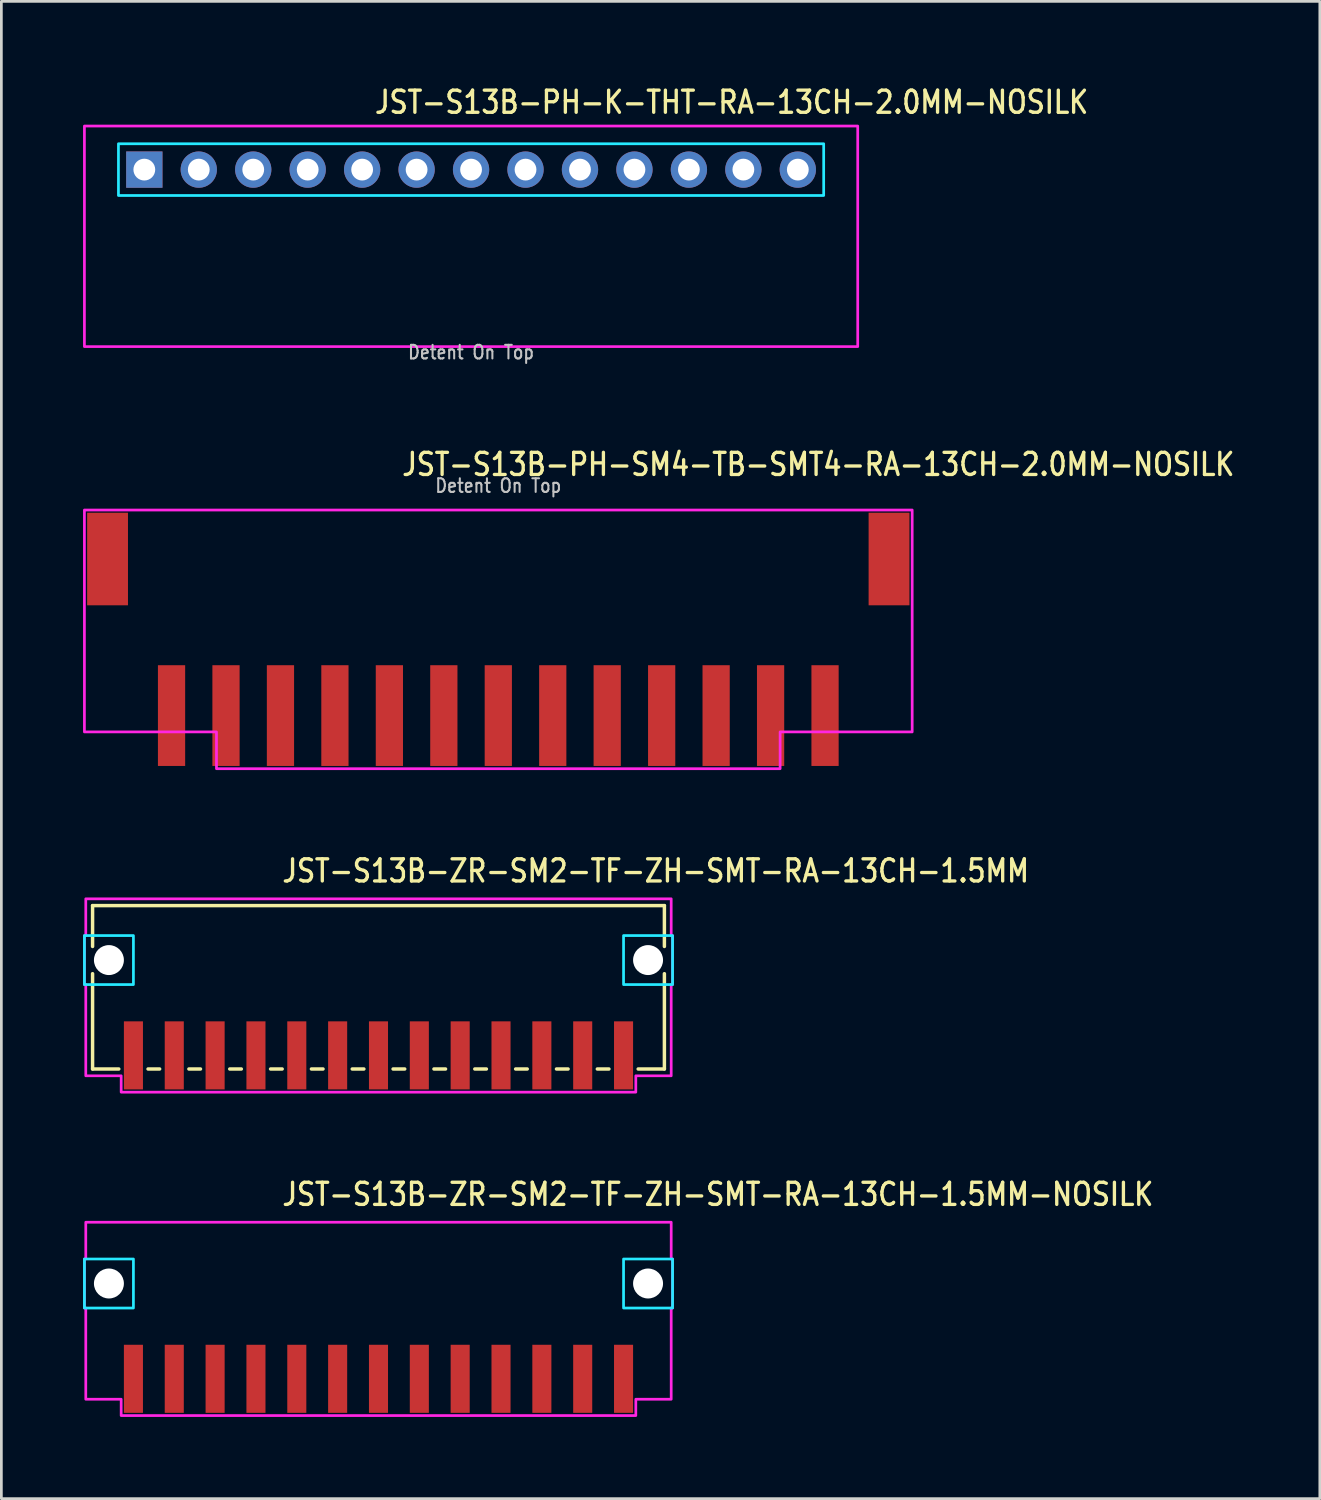
<source format=kicad_pcb>
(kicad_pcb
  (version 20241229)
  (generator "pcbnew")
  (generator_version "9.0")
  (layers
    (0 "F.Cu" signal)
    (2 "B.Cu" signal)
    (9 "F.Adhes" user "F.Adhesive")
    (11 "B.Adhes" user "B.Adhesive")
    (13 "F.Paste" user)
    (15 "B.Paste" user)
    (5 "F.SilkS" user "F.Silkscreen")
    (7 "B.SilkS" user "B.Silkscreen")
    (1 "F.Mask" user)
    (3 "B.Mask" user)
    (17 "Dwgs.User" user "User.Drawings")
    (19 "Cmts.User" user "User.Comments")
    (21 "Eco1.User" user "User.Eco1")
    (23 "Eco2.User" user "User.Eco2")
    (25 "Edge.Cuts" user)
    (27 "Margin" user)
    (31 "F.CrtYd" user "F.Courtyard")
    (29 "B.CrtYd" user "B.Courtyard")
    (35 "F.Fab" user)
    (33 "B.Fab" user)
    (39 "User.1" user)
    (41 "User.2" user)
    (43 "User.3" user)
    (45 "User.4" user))
  (footprint "JST-S13B-ZR-SM2-TF-ZH-SMT-RA-13CH-1.5MM"
    (layer "F.Cu")
    (at 10.85 32.209)
    (property "Reference" "JST-S13B-ZR-SM2-TF-ZH-SMT-RA-13CH-1.5MM" (at -3.6 -2.8 0) (unlocked yes) (layer "F.SilkS") (effects (font (size 0.813 0.695) (thickness 0.122)) (justify left bottom)))
    (fp_line (start -10.5 -2) (end -10.5 -0.5) (stroke (width 0.127) (type solid)) (layer "F.SilkS"))
    (fp_line (start -10.5 -2) (end 10.5 -2) (stroke (width 0.127) (type solid)) (layer "F.SilkS"))
    (fp_line (start -10.5 4) (end -10.5 0.5) (stroke (width 0.127) (type solid)) (layer "F.SilkS"))
    (fp_line (start -10.5 4) (end -9.537 4) (stroke (width 0.127) (type solid)) (layer "F.SilkS"))
    (fp_line (start -8.463 4) (end -8.037 4) (stroke (width 0.127) (type solid)) (layer "F.SilkS"))
    (fp_line (start -6.963 4) (end -6.537 4) (stroke (width 0.127) (type solid)) (layer "F.SilkS"))
    (fp_line (start -5.463 4) (end -5.037 4) (stroke (width 0.127) (type solid)) (layer "F.SilkS"))
    (fp_line (start -3.963 4) (end -3.537 4) (stroke (width 0.127) (type solid)) (layer "F.SilkS"))
    (fp_line (start -2.463 4) (end -2.037 4) (stroke (width 0.127) (type solid)) (layer "F.SilkS"))
    (fp_line (start -0.964 4) (end -0.536 4) (stroke (width 0.127) (type solid)) (layer "F.SilkS"))
    (fp_line (start 0.536 4) (end 0.964 4) (stroke (width 0.127) (type solid)) (layer "F.SilkS"))
    (fp_line (start 2.037 4) (end 2.463 4) (stroke (width 0.127) (type solid)) (layer "F.SilkS"))
    (fp_line (start 3.537 4) (end 3.963 4) (stroke (width 0.127) (type solid)) (layer "F.SilkS"))
    (fp_line (start 5.037 4) (end 5.463 4) (stroke (width 0.127) (type solid)) (layer "F.SilkS"))
    (fp_line (start 6.537 4) (end 6.963 4) (stroke (width 0.127) (type solid)) (layer "F.SilkS"))
    (fp_line (start 8.037 4) (end 8.463 4) (stroke (width 0.127) (type solid)) (layer "F.SilkS"))
    (fp_line (start 9.537 4) (end 10.5 4) (stroke (width 0.127) (type solid)) (layer "F.SilkS"))
    (fp_line (start 10.5 -0.5) (end 10.5 -2) (stroke (width 0.127) (type solid)) (layer "F.SilkS"))
    (fp_line (start 10.5 0.5) (end 10.5 4) (stroke (width 0.127) (type solid)) (layer "F.SilkS"))
    (fp_poly (pts (xy -10.8 -0.9) (xy -10.8 0.9) (xy -9 0.9) (xy -9 -0.9)) (stroke (width 0.1) (type solid)) (fill no) (layer "B.CrtYd"))
    (fp_poly (pts (xy 10.8 -0.9) (xy 10.8 0.9) (xy 9 0.9) (xy 9 -0.9)) (stroke (width 0.1) (type solid)) (fill no) (layer "B.CrtYd"))
    (fp_poly (pts (xy -10.75 -2.25) (xy -10.75 -0.9) (xy -10.8 -0.9) (xy -10.8 0.9) (xy -10.75 0.9) (xy -10.75 4.25) (xy -9.45 4.25) (xy -9.45 4.85) (xy 9.45 4.85) (xy 9.45 4.25) (xy 10.75 4.25) (xy 10.75 0.9) (xy 10.8 0.9) (xy 10.8 -0.9) (xy 10.75 -0.9) (xy 10.75 -2.25)) (stroke (width 0.1) (type solid)) (fill no) (layer "F.CrtYd"))
    (pad "" np_thru_hole circle (at -9.9 0) (size 1.1 1.1) (drill 1.1) (layers "*.Cu" "*.Mask"))
    (pad "" np_thru_hole circle (at 9.9 0) (size 1.1 1.1) (drill 1.1) (layers "*.Cu" "*.Mask"))
    (pad "P$1" smd rect (at 9 3.5) (size 0.7 2.5) (layers "F.Cu" "F.Mask" "F.Paste"))
    (pad "P$2" smd rect (at 7.5 3.5) (size 0.7 2.5) (layers "F.Cu" "F.Mask" "F.Paste"))
    (pad "P$3" smd rect (at 6 3.5) (size 0.7 2.5) (layers "F.Cu" "F.Mask" "F.Paste"))
    (pad "P$4" smd rect (at 4.5 3.5) (size 0.7 2.5) (layers "F.Cu" "F.Mask" "F.Paste"))
    (pad "P$5" smd rect (at 3 3.5) (size 0.7 2.5) (layers "F.Cu" "F.Mask" "F.Paste"))
    (pad "P$6" smd rect (at 1.5 3.5) (size 0.7 2.5) (layers "F.Cu" "F.Mask" "F.Paste"))
    (pad "P$7" smd rect (at 0 3.5) (size 0.7 2.5) (layers "F.Cu" "F.Mask" "F.Paste"))
    (pad "P$8" smd rect (at -1.5 3.5) (size 0.7 2.5) (layers "F.Cu" "F.Mask" "F.Paste"))
    (pad "P$9" smd rect (at -3 3.5) (size 0.7 2.5) (layers "F.Cu" "F.Mask" "F.Paste"))
    (pad "P$10" smd rect (at -4.5 3.5) (size 0.7 2.5) (layers "F.Cu" "F.Mask" "F.Paste"))
    (pad "P$11" smd rect (at -6 3.5) (size 0.7 2.5) (layers "F.Cu" "F.Mask" "F.Paste"))
    (pad "P$12" smd rect (at -7.5 3.5) (size 0.7 2.5) (layers "F.Cu" "F.Mask" "F.Paste"))
    (pad "P$13" smd rect (at -9 3.5) (size 0.7 2.5) (layers "F.Cu" "F.Mask" "F.Paste")))
  (footprint "JST-S13B-PH-SM4-TB-SMT4-RA-13CH-2.0MM-NOSILK"
    (layer "F.Cu")
    (at 15.25 17.48)
    (property "Reference" "JST-S13B-PH-SM4-TB-SMT4-RA-13CH-2.0MM-NOSILK" (at -3.6 -3 0) (unlocked yes) (layer "F.SilkS") (effects (font (size 0.813 0.695) (thickness 0.122)) (justify left bottom)))
    (fp_poly (pts (xy -15.2 -1.8) (xy -15.2 6.35) (xy -10.35 6.35) (xy -10.35 7.7) (xy 10.35 7.7) (xy 10.35 6.35) (xy 15.2 6.35) (xy 15.2 -1.8)) (stroke (width 0.1) (type solid)) (fill no) (layer "F.CrtYd"))
    (fp_text user "Detent On Top" (at 0 -2.4 0) (unlocked yes) (layer "Dwgs.User") (effects (font (size 0.5 0.427) (thickness 0.075)) (justify bottom)))
    (pad "P$1" smd rect (at 12 5.75) (size 1 3.7) (layers "F.Cu" "F.Mask" "F.Paste"))
    (pad "P$2" smd rect (at 10 5.75) (size 1 3.7) (layers "F.Cu" "F.Mask" "F.Paste"))
    (pad "P$3" smd rect (at 8 5.75) (size 1 3.7) (layers "F.Cu" "F.Mask" "F.Paste"))
    (pad "P$4" smd rect (at 6 5.75) (size 1 3.7) (layers "F.Cu" "F.Mask" "F.Paste"))
    (pad "P$5" smd rect (at 4 5.75) (size 1 3.7) (layers "F.Cu" "F.Mask" "F.Paste"))
    (pad "P$6" smd rect (at 2 5.75) (size 1 3.7) (layers "F.Cu" "F.Mask" "F.Paste"))
    (pad "P$7" smd rect (at 0 5.75) (size 1 3.7) (layers "F.Cu" "F.Mask" "F.Paste"))
    (pad "P$8" smd rect (at -2 5.75) (size 1 3.7) (layers "F.Cu" "F.Mask" "F.Paste"))
    (pad "P$9" smd rect (at -4 5.75) (size 1 3.7) (layers "F.Cu" "F.Mask" "F.Paste"))
    (pad "P$10" smd rect (at -6 5.75) (size 1 3.7) (layers "F.Cu" "F.Mask" "F.Paste"))
    (pad "P$11" smd rect (at -8 5.75) (size 1 3.7) (layers "F.Cu" "F.Mask" "F.Paste"))
    (pad "P$12" smd rect (at -10 5.75) (size 1 3.7) (layers "F.Cu" "F.Mask" "F.Paste"))
    (pad "P$13" smd rect (at -12 5.75) (size 1 3.7) (layers "F.Cu" "F.Mask" "F.Paste"))
    (pad "S$1" smd rect (at -14.35 0) (size 1.5 3.4) (layers "F.Cu" "F.Mask" "F.Paste"))
    (pad "S$2" smd rect (at 14.35 0) (size 1.5 3.4) (layers "F.Cu" "F.Mask" "F.Paste")))
  (footprint "JST-S13B-PH-K-THT-RA-13CH-2.0MM-NOSILK"
    (layer "F.Cu")
    (at 14.25 3.179)
    (property "Reference" "JST-S13B-PH-K-THT-RA-13CH-2.0MM-NOSILK" (at -3.6 -2 0) (unlocked yes) (layer "F.SilkS") (effects (font (size 0.813 0.695) (thickness 0.122)) (justify left bottom)))
    (fp_poly (pts (xy -12.95 -0.95) (xy -12.95 0.95) (xy 12.95 0.95) (xy 12.95 -0.95)) (stroke (width 0.1) (type solid)) (fill no) (layer "B.CrtYd"))
    (fp_poly (pts (xy -14.2 -1.6) (xy -14.2 6.5) (xy 14.2 6.5) (xy 14.2 -1.6)) (stroke (width 0.1) (type solid)) (fill no) (layer "F.CrtYd"))
    (fp_text user "Detent On Top" (at 0 7 0) (unlocked yes) (layer "Dwgs.User") (effects (font (size 0.5 0.427) (thickness 0.075)) (justify bottom)))
    (pad "P$1" thru_hole rect (at -12 0) (size 1.333 1.333) (drill 0.8) (layers "*.Cu" "*.Mask"))
    (pad "P$2" thru_hole oval (at -10 0) (size 1.333 1.333) (drill 0.8) (layers "*.Cu" "*.Mask"))
    (pad "P$3" thru_hole oval (at -8 0) (size 1.333 1.333) (drill 0.8) (layers "*.Cu" "*.Mask"))
    (pad "P$4" thru_hole oval (at -6 0) (size 1.333 1.333) (drill 0.8) (layers "*.Cu" "*.Mask"))
    (pad "P$5" thru_hole oval (at -4 0) (size 1.333 1.333) (drill 0.8) (layers "*.Cu" "*.Mask"))
    (pad "P$6" thru_hole oval (at -2 0) (size 1.333 1.333) (drill 0.8) (layers "*.Cu" "*.Mask"))
    (pad "P$7" thru_hole oval (at 0 0) (size 1.333 1.333) (drill 0.8) (layers "*.Cu" "*.Mask"))
    (pad "P$8" thru_hole oval (at 2 0) (size 1.333 1.333) (drill 0.8) (layers "*.Cu" "*.Mask"))
    (pad "P$9" thru_hole oval (at 4 0) (size 1.333 1.333) (drill 0.8) (layers "*.Cu" "*.Mask"))
    (pad "P$10" thru_hole oval (at 6 0) (size 1.333 1.333) (drill 0.8) (layers "*.Cu" "*.Mask"))
    (pad "P$11" thru_hole oval (at 8 0) (size 1.333 1.333) (drill 0.8) (layers "*.Cu" "*.Mask"))
    (pad "P$12" thru_hole oval (at 10 0) (size 1.333 1.333) (drill 0.8) (layers "*.Cu" "*.Mask"))
    (pad "P$13" thru_hole oval (at 12 0) (size 1.333 1.333) (drill 0.8) (layers "*.Cu" "*.Mask")))
  (footprint "JST-S13B-ZR-SM2-TF-ZH-SMT-RA-13CH-1.5MM-NOSILK"
    (layer "F.Cu")
    (at 10.85 44.087)
    (property "Reference" "JST-S13B-ZR-SM2-TF-ZH-SMT-RA-13CH-1.5MM-NOSILK" (at -3.6 -2.8 0) (unlocked yes) (layer "F.SilkS") (effects (font (size 0.813 0.695) (thickness 0.122)) (justify left bottom)))
    (fp_poly (pts (xy -10.8 -0.9) (xy -10.8 0.9) (xy -9 0.9) (xy -9 -0.9)) (stroke (width 0.1) (type solid)) (fill no) (layer "B.CrtYd"))
    (fp_poly (pts (xy 10.8 -0.9) (xy 10.8 0.9) (xy 9 0.9) (xy 9 -0.9)) (stroke (width 0.1) (type solid)) (fill no) (layer "B.CrtYd"))
    (fp_poly (pts (xy -10.75 -2.25) (xy -10.75 -0.9) (xy -10.8 -0.9) (xy -10.8 0.9) (xy -10.75 0.9) (xy -10.75 4.25) (xy -9.45 4.25) (xy -9.45 4.85) (xy 9.45 4.85) (xy 9.45 4.25) (xy 10.75 4.25) (xy 10.75 0.9) (xy 10.8 0.9) (xy 10.8 -0.9) (xy 10.75 -0.9) (xy 10.75 -2.25)) (stroke (width 0.1) (type solid)) (fill no) (layer "F.CrtYd"))
    (pad "" np_thru_hole circle (at -9.9 0) (size 1.1 1.1) (drill 1.1) (layers "*.Cu" "*.Mask"))
    (pad "" np_thru_hole circle (at 9.9 0) (size 1.1 1.1) (drill 1.1) (layers "*.Cu" "*.Mask"))
    (pad "P$1" smd rect (at 9 3.5) (size 0.7 2.5) (layers "F.Cu" "F.Mask" "F.Paste"))
    (pad "P$2" smd rect (at 7.5 3.5) (size 0.7 2.5) (layers "F.Cu" "F.Mask" "F.Paste"))
    (pad "P$3" smd rect (at 6 3.5) (size 0.7 2.5) (layers "F.Cu" "F.Mask" "F.Paste"))
    (pad "P$4" smd rect (at 4.5 3.5) (size 0.7 2.5) (layers "F.Cu" "F.Mask" "F.Paste"))
    (pad "P$5" smd rect (at 3 3.5) (size 0.7 2.5) (layers "F.Cu" "F.Mask" "F.Paste"))
    (pad "P$6" smd rect (at 1.5 3.5) (size 0.7 2.5) (layers "F.Cu" "F.Mask" "F.Paste"))
    (pad "P$7" smd rect (at 0 3.5) (size 0.7 2.5) (layers "F.Cu" "F.Mask" "F.Paste"))
    (pad "P$8" smd rect (at -1.5 3.5) (size 0.7 2.5) (layers "F.Cu" "F.Mask" "F.Paste"))
    (pad "P$9" smd rect (at -3 3.5) (size 0.7 2.5) (layers "F.Cu" "F.Mask" "F.Paste"))
    (pad "P$10" smd rect (at -4.5 3.5) (size 0.7 2.5) (layers "F.Cu" "F.Mask" "F.Paste"))
    (pad "P$11" smd rect (at -6 3.5) (size 0.7 2.5) (layers "F.Cu" "F.Mask" "F.Paste"))
    (pad "P$12" smd rect (at -7.5 3.5) (size 0.7 2.5) (layers "F.Cu" "F.Mask" "F.Paste"))
    (pad "P$13" smd rect (at -9 3.5) (size 0.7 2.5) (layers "F.Cu" "F.Mask" "F.Paste")))
  (gr_rect
    (start -3 -3)
    (end 45.421 51.987)
    (stroke (width 0.1) (type default))
    (fill no)
    (layer "Edge.Cuts")))
</source>
